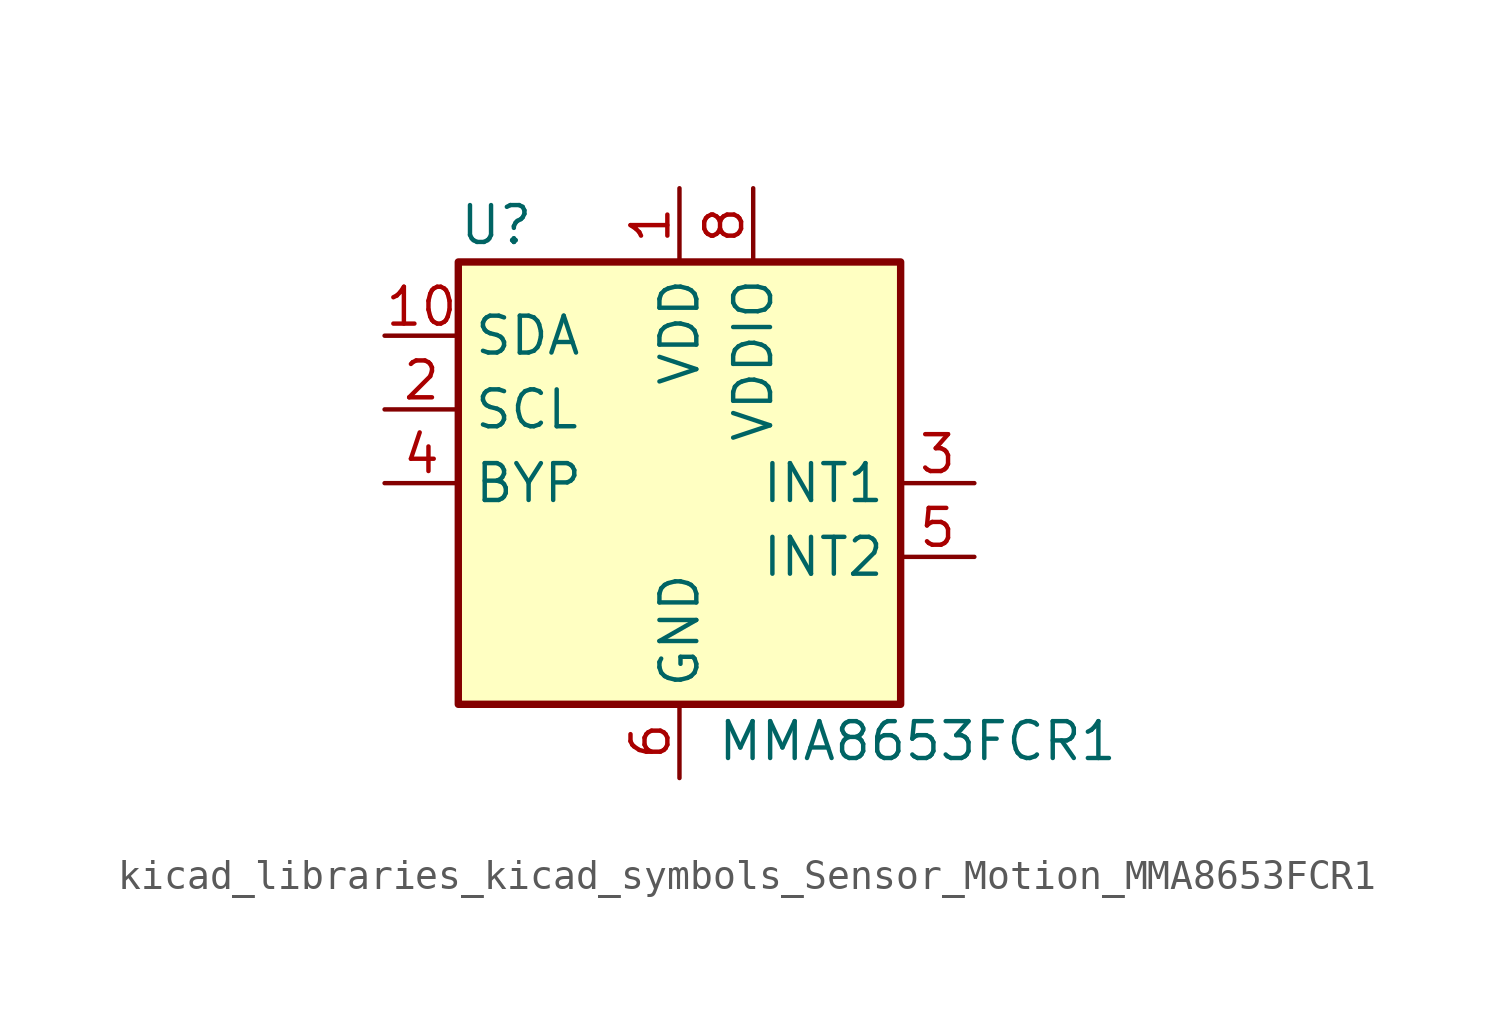
<source format=kicad_sym>
(kicad_symbol_lib
  (version 20220914)
  (generator kicad_symbol_editor)
  (symbol "kicad_libraries_kicad_symbols_Sensor_Motion_MMA8653FCR1"
    (property "Reference" "U"
      (at -7.62 8.89 0)
      (effects (font (size 1.27 1.27)) (justify left)))
    (property "Value" "MMA8653FCR1"
      (at 1.27 -8.89 0)
      (effects (font (size 1.27 1.27)) (justify left)))
    (symbol "kicad_libraries_kicad_symbols_Sensor_Motion_MMA8653FCR1_0_1"
      (rectangle (start -7.62 7.62) (end 7.62 -7.62) (stroke (width 0.254) (type default)) (fill (type background))))
    (symbol "kicad_libraries_kicad_symbols_Sensor_Motion_MMA8653FCR1_1_1"
      (pin power_in line (at 0 10.16 270) (length 2.54) (name "VDD" (effects (font (size 1.27 1.27)))) (number "1" (effects (font (size 1.27 1.27)))))
      (pin bidirectional line (at -10.16 5.08 0) (length 2.54) (name "SDA" (effects (font (size 1.27 1.27)))) (number "10" (effects (font (size 1.27 1.27)))))
      (pin input line (at -10.16 2.54 0) (length 2.54) (name "SCL" (effects (font (size 1.27 1.27)))) (number "2" (effects (font (size 1.27 1.27)))))
      (pin output line (at 10.16 0 180) (length 2.54) (name "INT1" (effects (font (size 1.27 1.27)))) (number "3" (effects (font (size 1.27 1.27)))))
      (pin input line (at -10.16 0 0) (length 2.54) (name "BYP" (effects (font (size 1.27 1.27)))) (number "4" (effects (font (size 1.27 1.27)))))
      (pin output line (at 10.16 -2.54 180) (length 2.54) (name "INT2" (effects (font (size 1.27 1.27)))) (number "5" (effects (font (size 1.27 1.27)))))
      (pin power_in line (at 0 -10.16 90) (length 2.54) (name "GND" (effects (font (size 1.27 1.27)))) (number "6" (effects (font (size 1.27 1.27)))))
      (pin passive line (at 0 -10.16 90) (length 2.54) hide (name "GND" (effects (font (size 1.27 1.27)))) (number "7" (effects (font (size 1.27 1.27)))))
      (pin power_in line (at 2.54 10.16 270) (length 2.54) (name "VDDIO" (effects (font (size 1.27 1.27)))) (number "8" (effects (font (size 1.27 1.27)))))
      (pin passive line (at 0 -10.16 90) (length 2.54) hide (name "GND" (effects (font (size 1.27 1.27)))) (number "9" (effects (font (size 1.27 1.27))))))))
</source>
